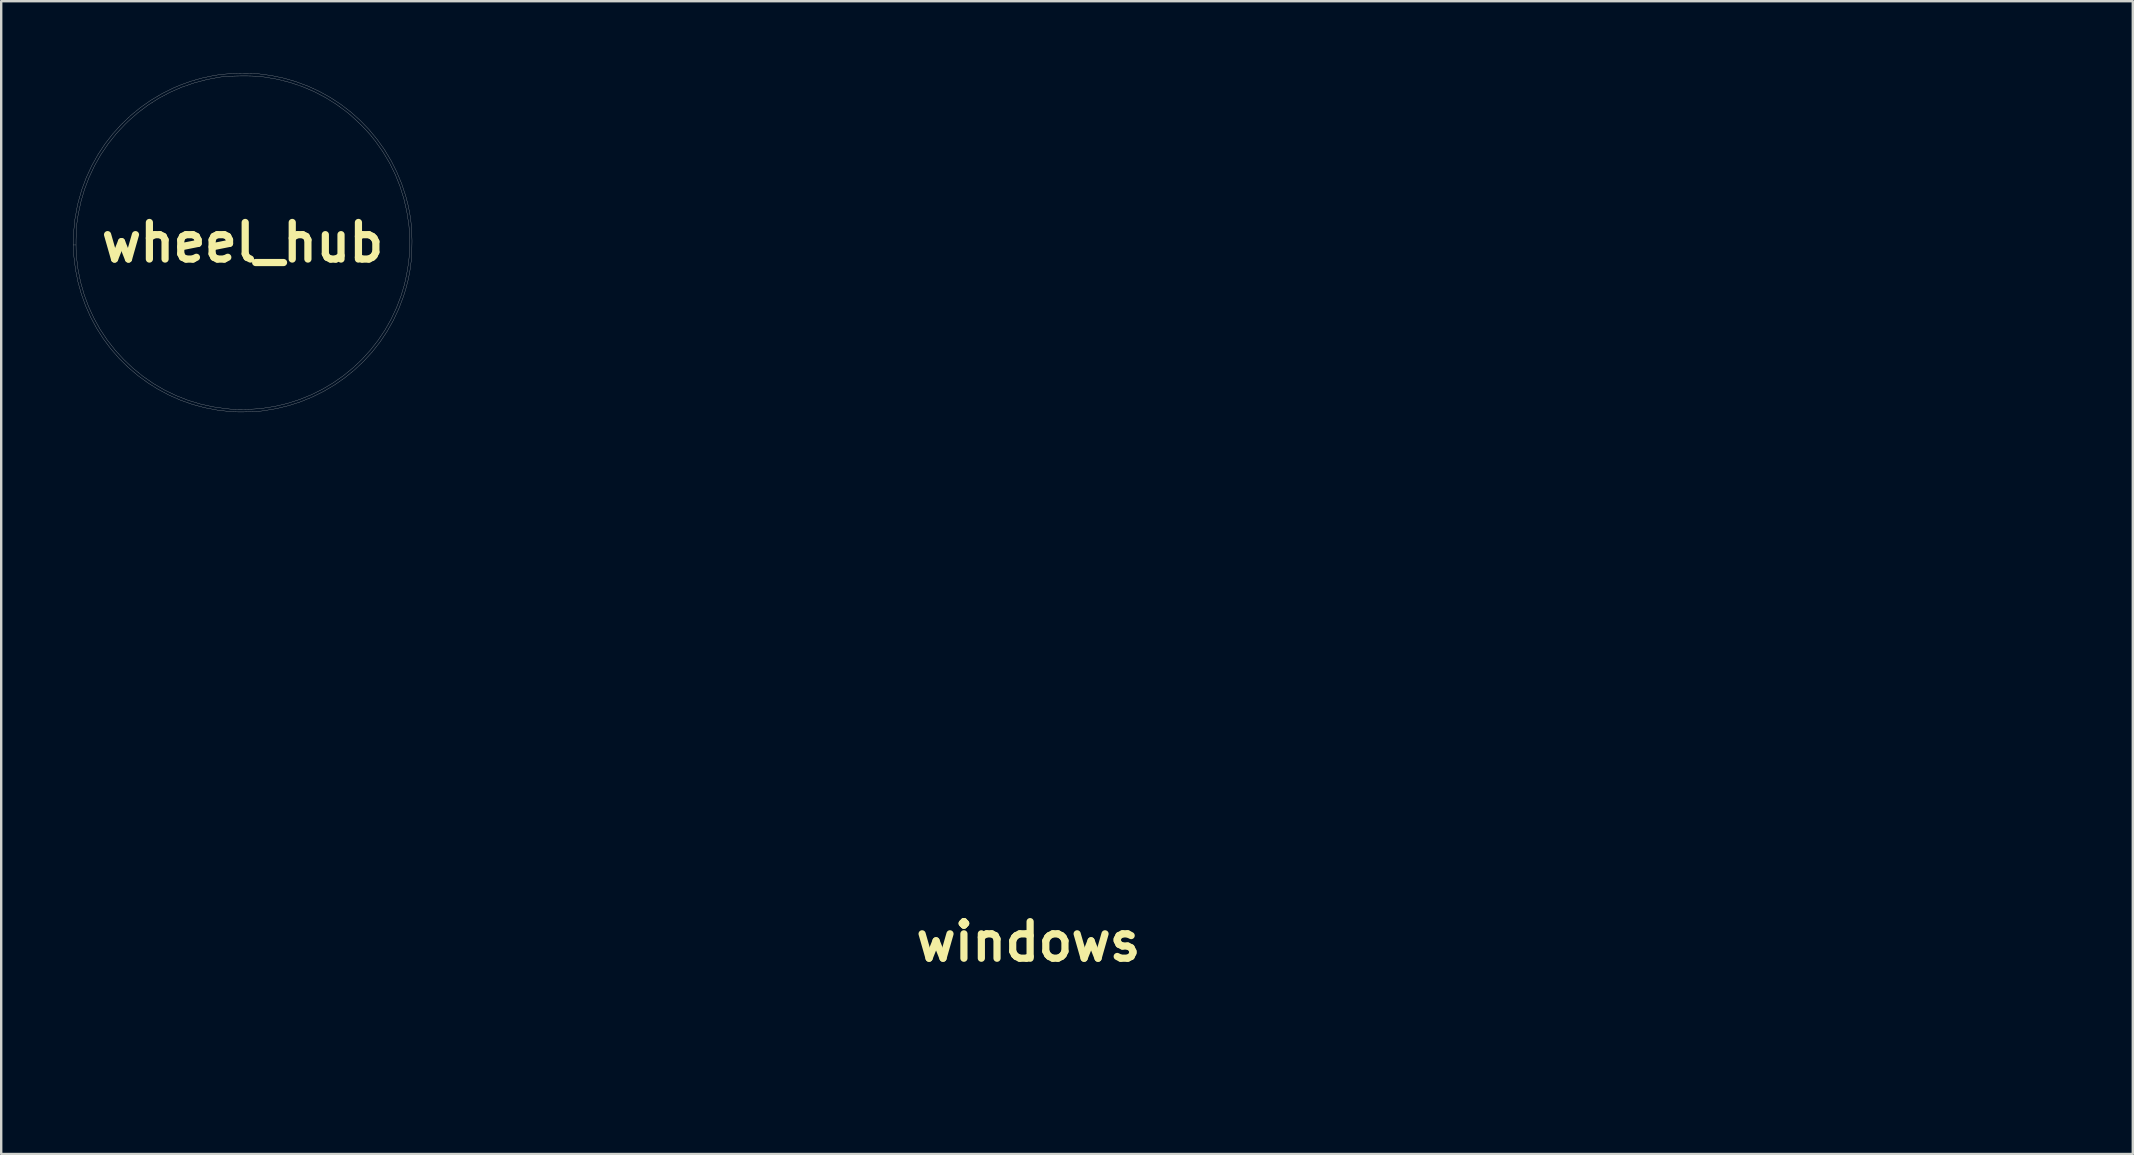
<source format=kicad_pcb>
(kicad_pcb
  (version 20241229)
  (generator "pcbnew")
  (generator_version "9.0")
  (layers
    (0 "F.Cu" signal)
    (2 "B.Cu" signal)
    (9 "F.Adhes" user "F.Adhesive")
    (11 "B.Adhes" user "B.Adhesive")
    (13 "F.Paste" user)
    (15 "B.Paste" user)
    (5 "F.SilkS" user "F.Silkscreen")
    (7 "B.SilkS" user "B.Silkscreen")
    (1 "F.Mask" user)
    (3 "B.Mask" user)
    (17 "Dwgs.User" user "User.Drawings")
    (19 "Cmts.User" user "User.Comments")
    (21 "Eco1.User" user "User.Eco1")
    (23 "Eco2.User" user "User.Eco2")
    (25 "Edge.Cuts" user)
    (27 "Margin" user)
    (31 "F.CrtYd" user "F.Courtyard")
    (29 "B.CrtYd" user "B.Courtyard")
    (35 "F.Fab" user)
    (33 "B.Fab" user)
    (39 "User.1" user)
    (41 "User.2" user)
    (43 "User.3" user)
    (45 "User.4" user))
  (footprint "wheel_hub"
    (layer "F.Cu")
    (at 7.056 7.052)
    (property "Reference" "wheel_hub" (at 0 0 0) (layer "F.SilkS") (effects (font (size 1.524 1.524) (thickness 0.3))))
    (attr through_hole)
    (fp_poly (pts (xy 0.29 -3.159) (xy 0.469 -3.144) (xy 0.62 -3.121) (xy 0.639 -3.117) (xy 0.995 -3.018) (xy 1.329 -2.884) (xy 1.641 -2.719) (xy 1.928 -2.525) (xy 2.19 -2.304) (xy 2.424 -2.059) (xy 2.63 -1.791) (xy 2.806 -1.505) (xy 2.951 -1.202) (xy 3.063 -0.884) (xy 3.14 -0.555) (xy 3.181 -0.216) (xy 3.186 0.129) (xy 3.151 0.479) (xy 3.077 0.83) (xy 3.024 1.005) (xy 2.892 1.342) (xy 2.723 1.657) (xy 2.522 1.949) (xy 2.289 2.215) (xy 2.028 2.454) (xy 1.741 2.664) (xy 1.43 2.842) (xy 1.098 2.987) (xy 0.746 3.096) (xy 0.667 3.115) (xy 0.567 3.132) (xy 0.435 3.146) (xy 0.282 3.157) (xy 0.118 3.165) (xy -0.047 3.169) (xy -0.203 3.168) (xy -0.339 3.164) (xy -0.444 3.154) (xy -0.455 3.153) (xy -0.811 3.076) (xy -1.155 2.961) (xy -1.483 2.809) (xy -1.791 2.622) (xy -2.076 2.401) (xy -2.231 2.256) (xy -2.478 1.981) (xy -2.688 1.685) (xy -2.862 1.367) (xy -3 1.027) (xy -3.103 0.664) (xy -3.114 0.614) (xy -3.141 0.447) (xy -3.158 0.253) (xy -3.165 0.044) (xy -3.162 -0.167) (xy -3.149 -0.368) (xy -3.127 -0.545) (xy -3.115 -0.605) (xy -3.017 -0.97) (xy -2.882 -1.314) (xy -2.714 -1.635) (xy -2.514 -1.931) (xy -2.283 -2.201) (xy -2.024 -2.442) (xy -1.738 -2.654) (xy -1.428 -2.833) (xy -1.094 -2.979) (xy -0.739 -3.09) (xy -0.628 -3.116) (xy -0.48 -3.14) (xy -0.303 -3.157) (xy -0.108 -3.165) (xy 0.094 -3.166) (xy 0.29 -3.159)) (stroke (width 0.01) (type solid)) (fill yes) (layer "F.Mask"))
    (fp_poly (pts (xy 0.411 -7.043) (xy 0.587 -7.034) (xy 0.651 -7.029) (xy 1.191 -6.957) (xy 1.717 -6.847) (xy 2.229 -6.698) (xy 2.725 -6.513) (xy 3.203 -6.292) (xy 3.661 -6.038) (xy 4.098 -5.751) (xy 4.512 -5.433) (xy 4.901 -5.085) (xy 5.264 -4.709) (xy 5.599 -4.306) (xy 5.905 -3.877) (xy 6.179 -3.424) (xy 6.42 -2.948) (xy 6.627 -2.451) (xy 6.798 -1.933) (xy 6.803 -1.913) (xy 6.895 -1.558) (xy 6.965 -1.21) (xy 7.014 -0.858) (xy 7.044 -0.491) (xy 7.057 -0.099) (xy 7.057 -0.021) (xy 7.049 0.405) (xy 7.02 0.803) (xy 6.97 1.185) (xy 6.897 1.559) (xy 6.799 1.938) (xy 6.7 2.253) (xy 6.51 2.756) (xy 6.284 3.239) (xy 6.023 3.701) (xy 5.731 4.139) (xy 5.407 4.552) (xy 5.054 4.939) (xy 4.674 5.298) (xy 4.269 5.628) (xy 3.84 5.928) (xy 3.389 6.196) (xy 2.918 6.431) (xy 2.428 6.632) (xy 1.922 6.796) (xy 1.401 6.923) (xy 0.866 7.011) (xy 0.74 7.026) (xy 0.6 7.038) (xy 0.432 7.047) (xy 0.246 7.054) (xy 0.053 7.058) (xy -0.134 7.059) (xy -0.305 7.056) (xy -0.448 7.05) (xy -0.484 7.048) (xy -1.039 6.985) (xy -1.576 6.883) (xy -2.096 6.743) (xy -2.6 6.564) (xy -3.09 6.346) (xy -3.567 6.088) (xy -3.926 5.861) (xy -4.364 5.542) (xy -4.772 5.195) (xy -5.149 4.822) (xy -5.495 4.424) (xy -5.808 4.003) (xy -6.088 3.562) (xy -6.334 3.103) (xy -6.545 2.628) (xy -6.72 2.138) (xy -6.86 1.637) (xy -6.962 1.125) (xy -7.026 0.605) (xy -7.05 0.103) (xy -6.939 0.103) (xy -6.936 0.31) (xy -6.929 0.494) (xy -6.923 0.575) (xy -6.856 1.118) (xy -6.749 1.648) (xy -6.602 2.163) (xy -6.418 2.663) (xy -6.196 3.146) (xy -5.939 3.61) (xy -5.645 4.053) (xy -5.317 4.474) (xy -4.956 4.87) (xy -4.561 5.241) (xy -4.157 5.569) (xy -3.713 5.877) (xy -3.249 6.147) (xy -2.767 6.38) (xy -2.267 6.575) (xy -1.752 6.731) (xy -1.222 6.847) (xy -0.68 6.924) (xy -0.487 6.942) (xy -0.334 6.95) (xy -0.15 6.953) (xy 0.052 6.952) (xy 0.261 6.947) (xy 0.467 6.938) (xy 0.656 6.926) (xy 0.811 6.911) (xy 1.342 6.828) (xy 1.859 6.706) (xy 2.361 6.546) (xy 2.847 6.35) (xy 3.314 6.119) (xy 3.761 5.855) (xy 4.187 5.559) (xy 4.589 5.232) (xy 4.965 4.877) (xy 5.315 4.494) (xy 5.636 4.086) (xy 5.927 3.653) (xy 6.186 3.197) (xy 6.41 2.72) (xy 6.6 2.223) (xy 6.729 1.796) (xy 6.777 1.598) (xy 6.824 1.374) (xy 6.868 1.137) (xy 6.904 0.902) (xy 6.924 0.751) (xy 6.935 0.635) (xy 6.943 0.487) (xy 6.948 0.314) (xy 6.951 0.127) (xy 6.952 -0.065) (xy 6.95 -0.255) (xy 6.945 -0.431) (xy 6.938 -0.587) (xy 6.929 -0.711) (xy 6.926 -0.741) (xy 6.839 -1.294) (xy 6.717 -1.826) (xy 6.557 -2.338) (xy 6.361 -2.83) (xy 6.127 -3.305) (xy 5.855 -3.762) (xy 5.544 -4.204) (xy 5.309 -4.498) (xy 5.207 -4.613) (xy 5.08 -4.747) (xy 4.938 -4.892) (xy 4.787 -5.038) (xy 4.638 -5.179) (xy 4.497 -5.305) (xy 4.374 -5.41) (xy 4.36 -5.421) (xy 3.921 -5.745) (xy 3.462 -6.033) (xy 2.985 -6.283) (xy 2.491 -6.494) (xy 1.981 -6.666) (xy 1.458 -6.799) (xy 0.922 -6.891) (xy 0.741 -6.913) (xy 0.588 -6.925) (xy 0.405 -6.934) (xy 0.202 -6.938) (xy -0.012 -6.939) (xy -0.228 -6.936) (xy -0.438 -6.93) (xy -0.631 -6.92) (xy -0.801 -6.907) (xy -0.931 -6.892) (xy -1.486 -6.788) (xy -2.02 -6.647) (xy -2.533 -6.47) (xy -3.026 -6.256) (xy -3.497 -6.005) (xy -3.948 -5.717) (xy -4.377 -5.393) (xy -4.787 -5.031) (xy -4.9 -4.921) (xy -5.269 -4.525) (xy -5.603 -4.104) (xy -5.903 -3.661) (xy -6.167 -3.197) (xy -6.395 -2.712) (xy -6.585 -2.209) (xy -6.737 -1.69) (xy -6.85 -1.156) (xy -6.89 -0.9) (xy -6.908 -0.74) (xy -6.922 -0.549) (xy -6.932 -0.338) (xy -6.938 -0.117) (xy -6.939 0.103) (xy -7.05 0.103) (xy -7.051 0.079) (xy -7.037 -0.45) (xy -6.983 -0.982) (xy -6.887 -1.513) (xy -6.847 -1.685) (xy -6.698 -2.206) (xy -6.51 -2.71) (xy -6.286 -3.195) (xy -6.027 -3.66) (xy -5.735 -4.103) (xy -5.41 -4.522) (xy -5.055 -4.915) (xy -4.671 -5.281) (xy -4.26 -5.619) (xy -3.822 -5.926) (xy -3.36 -6.2) (xy -2.875 -6.441) (xy -2.572 -6.568) (xy -2.147 -6.721) (xy -1.714 -6.845) (xy -1.264 -6.942) (xy -1.005 -6.986) (xy -0.852 -7.005) (xy -0.665 -7.021) (xy -0.456 -7.033) (xy -0.235 -7.042) (xy -0.01 -7.046) (xy 0.209 -7.047) (xy 0.411 -7.043)) (stroke (width 0.01) (type solid)) (fill no) (layer "Dwgs.User")))
  (footprint "windows"
    (layer "F.Cu")
    (at 39.791 36.179)
    (property "Reference" "windows" (at 0 0 0) (layer "F.SilkS") (effects (font (size 1.524 1.524) (thickness 0.3))))
    (attr through_hole)
    (fp_poly (pts (xy -27.467 -18.77) (xy -27.263 -18.533) (xy -27.263 -13.656) (xy -27.678 -13.208) (xy -39.378 -13.208) (xy -39.595 -13.441) (xy -39.708 -13.575) (xy -39.768 -13.707) (xy -39.786 -13.888) (xy -39.771 -14.17) (xy -39.762 -14.282) (xy -39.625 -15.117) (xy -39.362 -15.942) (xy -38.99 -16.727) (xy -38.527 -17.444) (xy -37.989 -18.066) (xy -37.393 -18.563) (xy -37.084 -18.754) (xy -36.618 -19.008) (xy -27.671 -19.008) (xy -27.467 -18.77)) (stroke (width 0.01) (type solid)) (fill yes) (layer "F.Mask"))
    (fp_poly (pts (xy 13.625 -18.831) (xy 13.885 -18.612) (xy 13.885 -13.624) (xy 13.678 -13.416) (xy 13.47 -13.208) (xy 1.708 -13.208) (xy 1.27 -13.729) (xy 1.27 -16.055) (xy 1.272 -16.812) (xy 1.279 -17.417) (xy 1.295 -17.89) (xy 1.322 -18.249) (xy 1.364 -18.511) (xy 1.423 -18.696) (xy 1.503 -18.821) (xy 1.606 -18.904) (xy 1.736 -18.965) (xy 1.745 -18.969) (xy 1.871 -18.985) (xy 2.157 -18.999) (xy 2.592 -19.012) (xy 3.166 -19.023) (xy 3.87 -19.033) (xy 4.694 -19.04) (xy 5.627 -19.046) (xy 6.659 -19.049) (xy 7.661 -19.05) (xy 13.364 -19.05) (xy 13.625 -18.831)) (stroke (width 0.01) (type solid)) (fill yes) (layer "F.Mask"))
    (fp_poly (pts (xy -13.807 -18.831) (xy -13.547 -18.612) (xy -13.547 -13.624) (xy -13.754 -13.416) (xy -13.962 -13.208) (xy -25.709 -13.208) (xy -25.914 -13.426) (xy -26.12 -13.645) (xy -26.145 -16.006) (xy -26.151 -16.769) (xy -26.15 -17.381) (xy -26.139 -17.86) (xy -26.116 -18.224) (xy -26.077 -18.492) (xy -26.02 -18.681) (xy -25.942 -18.81) (xy -25.84 -18.897) (xy -25.711 -18.96) (xy -25.687 -18.969) (xy -25.561 -18.985) (xy -25.275 -18.999) (xy -24.84 -19.012) (xy -24.266 -19.023) (xy -23.562 -19.033) (xy -22.738 -19.04) (xy -21.805 -19.046) (xy -20.773 -19.049) (xy -19.771 -19.05) (xy -14.068 -19.05) (xy -13.807 -18.831)) (stroke (width 0.01) (type solid)) (fill yes) (layer "F.Mask"))
    (fp_poly (pts (xy -0.091 -18.831) (xy 0.169 -18.612) (xy 0.169 -13.624) (xy -0.038 -13.416) (xy -0.246 -13.208) (xy -11.993 -13.208) (xy -12.198 -13.426) (xy -12.404 -13.645) (xy -12.429 -16.006) (xy -12.435 -16.769) (xy -12.434 -17.381) (xy -12.423 -17.86) (xy -12.4 -18.224) (xy -12.361 -18.492) (xy -12.304 -18.681) (xy -12.226 -18.81) (xy -12.124 -18.897) (xy -11.995 -18.96) (xy -11.971 -18.969) (xy -11.845 -18.985) (xy -11.559 -18.999) (xy -11.124 -19.012) (xy -10.55 -19.023) (xy -9.846 -19.033) (xy -9.022 -19.04) (xy -8.089 -19.046) (xy -7.057 -19.049) (xy -6.055 -19.05) (xy -0.352 -19.05) (xy -0.091 -18.831)) (stroke (width 0.01) (type solid)) (fill yes) (layer "F.Mask"))
    (fp_poly (pts (xy 27.601 -18.555) (xy 27.601 -13.624) (xy 27.394 -13.416) (xy 27.186 -13.208) (xy 21.313 -13.208) (xy 20.174 -13.208) (xy 19.193 -13.209) (xy 18.356 -13.21) (xy 17.652 -13.212) (xy 17.069 -13.216) (xy 16.595 -13.222) (xy 16.218 -13.23) (xy 15.925 -13.24) (xy 15.704 -13.253) (xy 15.544 -13.269) (xy 15.432 -13.289) (xy 15.356 -13.313) (xy 15.304 -13.34) (xy 15.265 -13.373) (xy 15.257 -13.38) (xy 15.104 -13.571) (xy 15.025 -13.74) (xy 15.014 -13.872) (xy 15.005 -14.149) (xy 15 -14.548) (xy 14.997 -15.045) (xy 14.998 -15.615) (xy 15.003 -16.235) (xy 15.003 -16.275) (xy 15.011 -16.967) (xy 15.019 -17.509) (xy 15.029 -17.922) (xy 15.042 -18.226) (xy 15.06 -18.441) (xy 15.086 -18.588) (xy 15.12 -18.685) (xy 15.165 -18.755) (xy 15.221 -18.815) (xy 15.414 -19.008) (xy 21.258 -19.031) (xy 27.103 -19.053) (xy 27.601 -18.555)) (stroke (width 0.01) (type solid)) (fill yes) (layer "F.Mask"))
    (fp_poly (pts (xy 33.561 -19.03) (xy 34.578 -19.024) (xy 35.441 -19.016) (xy 36.164 -19.006) (xy 36.763 -18.992) (xy 37.252 -18.971) (xy 37.646 -18.941) (xy 37.96 -18.901) (xy 38.209 -18.848) (xy 38.408 -18.781) (xy 38.572 -18.697) (xy 38.715 -18.595) (xy 38.853 -18.472) (xy 39.001 -18.326) (xy 39.032 -18.295) (xy 39.241 -18.06) (xy 39.426 -17.783) (xy 39.611 -17.423) (xy 39.807 -16.976) (xy 40.137 -16.141) (xy 40.392 -15.403) (xy 40.57 -14.773) (xy 40.668 -14.26) (xy 40.684 -13.875) (xy 40.647 -13.693) (xy 40.612 -13.598) (xy 40.577 -13.516) (xy 40.528 -13.447) (xy 40.455 -13.389) (xy 40.345 -13.341) (xy 40.185 -13.303) (xy 39.964 -13.272) (xy 39.669 -13.249) (xy 39.288 -13.232) (xy 38.809 -13.221) (xy 38.22 -13.214) (xy 37.509 -13.21) (xy 36.663 -13.208) (xy 35.67 -13.208) (xy 34.691 -13.208) (xy 29.202 -13.208) (xy 28.787 -13.624) (xy 28.787 -18.612) (xy 29.052 -18.835) (xy 29.318 -19.059) (xy 33.561 -19.03)) (stroke (width 0.01) (type solid)) (fill yes) (layer "F.Mask"))
    (fp_poly (pts (xy -13.416 0.208) (xy -13.208 0.416) (xy -13.208 5.325) (xy -13.412 5.562) (xy -13.617 5.8) (xy -19.402 5.816) (xy -20.381 5.818) (xy -21.313 5.818) (xy -22.184 5.815) (xy -22.979 5.811) (xy -23.685 5.805) (xy -24.287 5.797) (xy -24.77 5.788) (xy -25.121 5.778) (xy -25.325 5.766) (xy -25.37 5.759) (xy -25.497 5.701) (xy -25.598 5.629) (xy -25.675 5.524) (xy -25.733 5.368) (xy -25.773 5.141) (xy -25.799 4.826) (xy -25.814 4.403) (xy -25.821 3.853) (xy -25.823 3.158) (xy -25.823 2.94) (xy -25.821 2.18) (xy -25.814 1.57) (xy -25.799 1.095) (xy -25.774 0.734) (xy -25.736 0.472) (xy -25.683 0.29) (xy -25.613 0.169) (xy -25.523 0.093) (xy -25.439 0.053) (xy -25.333 0.044) (xy -25.072 0.035) (xy -24.669 0.028) (xy -24.14 0.021) (xy -23.498 0.014) (xy -22.756 0.009) (xy -21.93 0.005) (xy -21.033 0.002) (xy -20.08 0.000293) (xy -19.463 0) (xy -13.624 0) (xy -13.416 0.208)) (stroke (width 0.01) (type solid)) (fill yes) (layer "F.Mask"))
    (fp_poly (pts (xy 33.624 -1.775) (xy 34.163 -1.763) (xy 34.574 -1.739) (xy 34.876 -1.699) (xy 35.089 -1.638) (xy 35.233 -1.553) (xy 35.329 -1.44) (xy 35.394 -1.303) (xy 35.414 -1.168) (xy 35.431 -0.881) (xy 35.446 -0.461) (xy 35.459 0.076) (xy 35.468 0.711) (xy 35.474 1.428) (xy 35.475 2.117) (xy 35.475 5.325) (xy 35.271 5.562) (xy 35.067 5.8) (xy 33.049 5.818) (xy 32.471 5.82) (xy 31.943 5.816) (xy 31.49 5.806) (xy 31.138 5.792) (xy 30.913 5.773) (xy 30.849 5.76) (xy 30.738 5.711) (xy 30.646 5.654) (xy 30.573 5.573) (xy 30.515 5.453) (xy 30.472 5.277) (xy 30.44 5.029) (xy 30.419 4.693) (xy 30.406 4.254) (xy 30.399 3.695) (xy 30.396 3) (xy 30.395 2.154) (xy 30.395 2.05) (xy 30.398 1.137) (xy 30.405 0.354) (xy 30.416 -0.292) (xy 30.431 -0.793) (xy 30.45 -1.142) (xy 30.474 -1.332) (xy 30.483 -1.359) (xy 30.566 -1.487) (xy 30.678 -1.586) (xy 30.839 -1.661) (xy 31.07 -1.713) (xy 31.391 -1.747) (xy 31.823 -1.767) (xy 32.388 -1.776) (xy 32.935 -1.778) (xy 33.624 -1.775)) (stroke (width 0.01) (type solid)) (fill yes) (layer "F.Mask"))
    (fp_poly (pts (xy -0.006 0.223) (xy 0.045 0.295) (xy 0.085 0.378) (xy 0.115 0.494) (xy 0.137 0.661) (xy 0.152 0.9) (xy 0.162 1.231) (xy 0.167 1.673) (xy 0.169 2.247) (xy 0.169 2.885) (xy 0.169 5.325) (xy -0.035 5.562) (xy -0.239 5.8) (xy -6.025 5.819) (xy -7.195 5.822) (xy -8.207 5.824) (xy -9.071 5.823) (xy -9.799 5.821) (xy -10.402 5.816) (xy -10.89 5.809) (xy -11.275 5.799) (xy -11.568 5.787) (xy -11.779 5.771) (xy -11.92 5.753) (xy -12.001 5.731) (xy -12.013 5.725) (xy -12.134 5.65) (xy -12.229 5.563) (xy -12.303 5.444) (xy -12.357 5.273) (xy -12.395 5.032) (xy -12.419 4.7) (xy -12.434 4.26) (xy -12.44 3.69) (xy -12.443 2.973) (xy -12.443 2.896) (xy -12.442 2.141) (xy -12.435 1.538) (xy -12.42 1.069) (xy -12.394 0.714) (xy -12.356 0.457) (xy -12.301 0.279) (xy -12.229 0.161) (xy -12.136 0.087) (xy -12.061 0.053) (xy -11.955 0.044) (xy -11.694 0.035) (xy -11.292 0.028) (xy -10.763 0.021) (xy -10.12 0.014) (xy -9.378 0.009) (xy -8.551 0.005) (xy -7.653 0.002) (xy -6.698 0.000317) (xy -6.053 0) (xy -0.182 0) (xy -0.006 0.223)) (stroke (width 0.01) (type solid)) (fill yes) (layer "F.Mask"))
    (fp_poly (pts (xy 13.71 0.223) (xy 13.761 0.295) (xy 13.801 0.378) (xy 13.831 0.494) (xy 13.853 0.661) (xy 13.868 0.9) (xy 13.878 1.231) (xy 13.883 1.673) (xy 13.885 2.247) (xy 13.885 2.885) (xy 13.885 5.325) (xy 13.681 5.562) (xy 13.477 5.8) (xy 7.691 5.819) (xy 6.521 5.822) (xy 5.509 5.824) (xy 4.645 5.823) (xy 3.917 5.821) (xy 3.314 5.816) (xy 2.826 5.809) (xy 2.441 5.799) (xy 2.148 5.787) (xy 1.937 5.771) (xy 1.796 5.753) (xy 1.715 5.731) (xy 1.703 5.725) (xy 1.582 5.65) (xy 1.487 5.563) (xy 1.413 5.444) (xy 1.359 5.273) (xy 1.321 5.032) (xy 1.297 4.7) (xy 1.282 4.26) (xy 1.276 3.69) (xy 1.273 2.973) (xy 1.273 2.896) (xy 1.274 2.141) (xy 1.281 1.538) (xy 1.296 1.069) (xy 1.322 0.714) (xy 1.36 0.457) (xy 1.415 0.279) (xy 1.487 0.161) (xy 1.58 0.087) (xy 1.655 0.053) (xy 1.761 0.044) (xy 2.022 0.035) (xy 2.424 0.028) (xy 2.953 0.021) (xy 3.596 0.014) (xy 4.338 0.009) (xy 5.165 0.005) (xy 6.063 0.002) (xy 7.018 0.000317) (xy 7.663 0) (xy 13.534 0) (xy 13.71 0.223)) (stroke (width 0.01) (type solid)) (fill yes) (layer "F.Mask"))
    (fp_poly (pts (xy 27.426 0.223) (xy 27.477 0.295) (xy 27.517 0.378) (xy 27.547 0.494) (xy 27.569 0.661) (xy 27.584 0.9) (xy 27.594 1.231) (xy 27.599 1.673) (xy 27.601 2.247) (xy 27.601 2.885) (xy 27.601 5.325) (xy 27.397 5.562) (xy 27.193 5.8) (xy 21.407 5.819) (xy 20.237 5.822) (xy 19.225 5.824) (xy 18.361 5.823) (xy 17.633 5.821) (xy 17.03 5.816) (xy 16.542 5.809) (xy 16.157 5.799) (xy 15.864 5.787) (xy 15.653 5.771) (xy 15.512 5.753) (xy 15.431 5.731) (xy 15.419 5.725) (xy 15.298 5.65) (xy 15.203 5.563) (xy 15.129 5.444) (xy 15.075 5.273) (xy 15.037 5.032) (xy 15.013 4.7) (xy 14.998 4.26) (xy 14.992 3.69) (xy 14.989 2.973) (xy 14.989 2.896) (xy 14.99 2.141) (xy 14.997 1.538) (xy 15.012 1.069) (xy 15.038 0.714) (xy 15.076 0.457) (xy 15.131 0.279) (xy 15.203 0.161) (xy 15.296 0.087) (xy 15.371 0.053) (xy 15.477 0.044) (xy 15.738 0.035) (xy 16.14 0.028) (xy 16.669 0.021) (xy 17.312 0.014) (xy 18.054 0.009) (xy 18.881 0.005) (xy 19.779 0.002) (xy 20.734 0.000317) (xy 21.379 0) (xy 27.25 0) (xy 27.426 0.223)) (stroke (width 0.01) (type solid)) (fill yes) (layer "F.Mask"))
    (fp_poly (pts (xy 40.471 -1.776) (xy 41.082 -1.768) (xy 41.561 -1.75) (xy 41.926 -1.722) (xy 42.196 -1.679) (xy 42.389 -1.62) (xy 42.524 -1.541) (xy 42.619 -1.44) (xy 42.675 -1.349) (xy 42.708 -1.206) (xy 42.744 -0.899) (xy 42.781 -0.432) (xy 42.821 0.188) (xy 42.861 0.958) (xy 42.903 1.871) (xy 42.91 2.033) (xy 42.944 2.855) (xy 42.971 3.525) (xy 42.99 4.059) (xy 43.001 4.476) (xy 43.004 4.791) (xy 42.999 5.022) (xy 42.986 5.187) (xy 42.965 5.302) (xy 42.936 5.384) (xy 42.899 5.45) (xy 42.896 5.454) (xy 42.721 5.644) (xy 42.535 5.761) (xy 42.397 5.782) (xy 42.112 5.8) (xy 41.702 5.816) (xy 41.19 5.828) (xy 40.598 5.836) (xy 39.948 5.839) (xy 39.809 5.839) (xy 39.06 5.836) (xy 38.461 5.831) (xy 37.996 5.821) (xy 37.645 5.807) (xy 37.391 5.787) (xy 37.215 5.76) (xy 37.099 5.726) (xy 37.065 5.71) (xy 36.869 5.567) (xy 36.747 5.423) (xy 36.724 5.295) (xy 36.705 5.022) (xy 36.688 4.625) (xy 36.676 4.127) (xy 36.666 3.553) (xy 36.66 2.924) (xy 36.658 2.265) (xy 36.659 1.597) (xy 36.663 0.943) (xy 36.671 0.328) (xy 36.682 -0.226) (xy 36.696 -0.696) (xy 36.714 -1.06) (xy 36.735 -1.293) (xy 36.752 -1.367) (xy 36.828 -1.482) (xy 36.933 -1.573) (xy 37.086 -1.644) (xy 37.304 -1.696) (xy 37.606 -1.733) (xy 38.011 -1.757) (xy 38.536 -1.771) (xy 39.201 -1.777) (xy 39.709 -1.778) (xy 40.471 -1.776)) (stroke (width 0.01) (type solid)) (fill yes) (layer "F.Mask")))
  (gr_rect
    (start -3 -3)
    (end 85.8 45.023)
    (stroke (width 0.1) (type default))
    (fill no)
    (layer "Edge.Cuts")))
</source>
